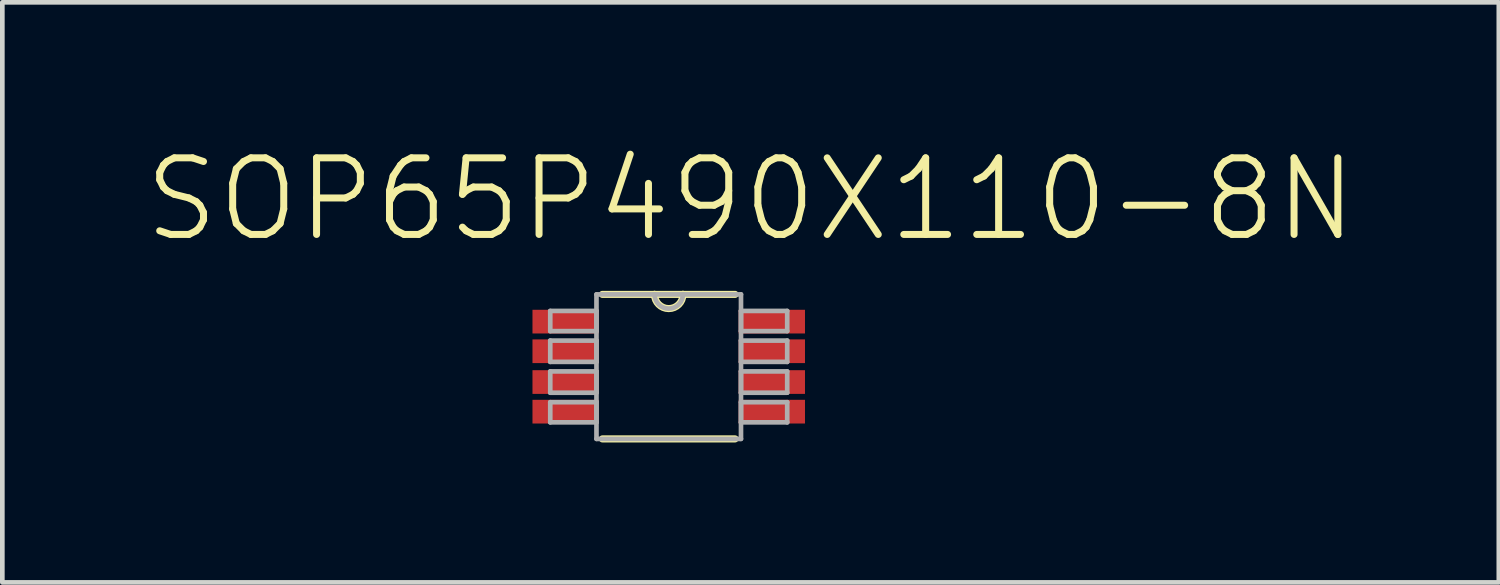
<source format=kicad_pcb>
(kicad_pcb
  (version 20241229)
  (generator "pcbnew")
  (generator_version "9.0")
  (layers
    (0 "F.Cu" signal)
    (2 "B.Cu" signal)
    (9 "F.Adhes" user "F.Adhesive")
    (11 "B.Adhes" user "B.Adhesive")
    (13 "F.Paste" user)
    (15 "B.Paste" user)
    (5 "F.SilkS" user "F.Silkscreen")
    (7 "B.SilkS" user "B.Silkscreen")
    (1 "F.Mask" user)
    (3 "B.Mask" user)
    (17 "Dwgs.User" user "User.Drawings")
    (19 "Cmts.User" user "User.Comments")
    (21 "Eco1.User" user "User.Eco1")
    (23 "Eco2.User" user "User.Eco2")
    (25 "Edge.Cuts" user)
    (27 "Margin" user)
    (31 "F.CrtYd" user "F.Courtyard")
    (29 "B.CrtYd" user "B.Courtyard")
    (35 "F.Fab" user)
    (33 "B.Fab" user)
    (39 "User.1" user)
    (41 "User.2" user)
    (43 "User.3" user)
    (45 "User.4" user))
  (footprint "SOP65P490X110-8N"
    (layer "F.Cu")
    (at 11.286 4.81)
    (property "Reference" "SOP65P490X110-8N" (at 1.755 -3.586 0) (layer "F.SilkS") (effects (font (size 1.642 1.642) (thickness 0.15))))
    (attr smd)
    (fp_line (start -1.422 1.549) (end 1.422 1.549) (stroke (width 0.152) (type solid)) (layer "F.SilkS"))
    (fp_line (start -0.305 -1.549) (end -1.422 -1.549) (stroke (width 0.152) (type solid)) (layer "F.SilkS"))
    (fp_line (start 0.305 -1.549) (end -0.305 -1.549) (stroke (width 0.152) (type solid)) (layer "F.SilkS"))
    (fp_line (start 1.422 -1.549) (end 0.305 -1.549) (stroke (width 0.152) (type solid)) (layer "F.SilkS"))
    (fp_arc (start 0.3048 -1.5494) (mid 0 -1.2446) (end -0.3048 -1.5494) (stroke (width 0.1524) (type solid)) (layer "F.SilkS"))
    (fp_line (start -2.54 -1.194) (end -2.54 -0.762) (stroke (width 0.1) (type solid)) (layer "F.Fab"))
    (fp_line (start -2.54 -0.762) (end -1.549 -0.762) (stroke (width 0.1) (type solid)) (layer "F.Fab"))
    (fp_line (start -2.54 -0.559) (end -2.54 -0.102) (stroke (width 0.1) (type solid)) (layer "F.Fab"))
    (fp_line (start -2.54 -0.102) (end -1.549 -0.102) (stroke (width 0.1) (type solid)) (layer "F.Fab"))
    (fp_line (start -2.54 0.102) (end -2.54 0.559) (stroke (width 0.1) (type solid)) (layer "F.Fab"))
    (fp_line (start -2.54 0.559) (end -1.549 0.559) (stroke (width 0.1) (type solid)) (layer "F.Fab"))
    (fp_line (start -2.54 0.762) (end -2.54 1.194) (stroke (width 0.1) (type solid)) (layer "F.Fab"))
    (fp_line (start -2.54 1.194) (end -1.549 1.194) (stroke (width 0.1) (type solid)) (layer "F.Fab"))
    (fp_line (start -1.549 -1.549) (end -1.549 1.549) (stroke (width 0.1) (type solid)) (layer "F.Fab"))
    (fp_line (start -1.549 -1.194) (end -2.54 -1.194) (stroke (width 0.1) (type solid)) (layer "F.Fab"))
    (fp_line (start -1.549 -0.762) (end -1.549 -1.194) (stroke (width 0.1) (type solid)) (layer "F.Fab"))
    (fp_line (start -1.549 -0.559) (end -2.54 -0.559) (stroke (width 0.1) (type solid)) (layer "F.Fab"))
    (fp_line (start -1.549 -0.102) (end -1.549 -0.559) (stroke (width 0.1) (type solid)) (layer "F.Fab"))
    (fp_line (start -1.549 0.102) (end -2.54 0.102) (stroke (width 0.1) (type solid)) (layer "F.Fab"))
    (fp_line (start -1.549 0.559) (end -1.549 0.102) (stroke (width 0.1) (type solid)) (layer "F.Fab"))
    (fp_line (start -1.549 0.762) (end -2.54 0.762) (stroke (width 0.1) (type solid)) (layer "F.Fab"))
    (fp_line (start -1.549 1.194) (end -1.549 0.762) (stroke (width 0.1) (type solid)) (layer "F.Fab"))
    (fp_line (start -1.549 1.549) (end 1.549 1.549) (stroke (width 0.1) (type solid)) (layer "F.Fab"))
    (fp_line (start -0.305 -1.549) (end -1.549 -1.549) (stroke (width 0.1) (type solid)) (layer "F.Fab"))
    (fp_line (start 0.305 -1.549) (end -0.305 -1.549) (stroke (width 0.1) (type solid)) (layer "F.Fab"))
    (fp_line (start 1.549 -1.549) (end 0.305 -1.549) (stroke (width 0.1) (type solid)) (layer "F.Fab"))
    (fp_line (start 1.549 -1.194) (end 1.549 -0.762) (stroke (width 0.1) (type solid)) (layer "F.Fab"))
    (fp_line (start 1.549 -0.762) (end 2.54 -0.762) (stroke (width 0.1) (type solid)) (layer "F.Fab"))
    (fp_line (start 1.549 -0.559) (end 1.549 -0.102) (stroke (width 0.1) (type solid)) (layer "F.Fab"))
    (fp_line (start 1.549 -0.102) (end 2.54 -0.102) (stroke (width 0.1) (type solid)) (layer "F.Fab"))
    (fp_line (start 1.549 0.102) (end 1.549 0.559) (stroke (width 0.1) (type solid)) (layer "F.Fab"))
    (fp_line (start 1.549 0.559) (end 2.54 0.559) (stroke (width 0.1) (type solid)) (layer "F.Fab"))
    (fp_line (start 1.549 0.762) (end 1.549 1.194) (stroke (width 0.1) (type solid)) (layer "F.Fab"))
    (fp_line (start 1.549 1.194) (end 2.54 1.194) (stroke (width 0.1) (type solid)) (layer "F.Fab"))
    (fp_line (start 1.549 1.549) (end 1.549 -1.549) (stroke (width 0.1) (type solid)) (layer "F.Fab"))
    (fp_line (start 2.54 -1.194) (end 1.549 -1.194) (stroke (width 0.1) (type solid)) (layer "F.Fab"))
    (fp_line (start 2.54 -0.762) (end 2.54 -1.194) (stroke (width 0.1) (type solid)) (layer "F.Fab"))
    (fp_line (start 2.54 -0.559) (end 1.549 -0.559) (stroke (width 0.1) (type solid)) (layer "F.Fab"))
    (fp_line (start 2.54 -0.102) (end 2.54 -0.559) (stroke (width 0.1) (type solid)) (layer "F.Fab"))
    (fp_line (start 2.54 0.102) (end 1.549 0.102) (stroke (width 0.1) (type solid)) (layer "F.Fab"))
    (fp_line (start 2.54 0.559) (end 2.54 0.102) (stroke (width 0.1) (type solid)) (layer "F.Fab"))
    (fp_line (start 2.54 0.762) (end 1.549 0.762) (stroke (width 0.1) (type solid)) (layer "F.Fab"))
    (fp_line (start 2.54 1.194) (end 2.54 0.762) (stroke (width 0.1) (type solid)) (layer "F.Fab"))
    (fp_arc (start 0.3048 -1.5494) (mid 0 -1.2446) (end -0.3048 -1.5494) (stroke (width 0.1) (type solid)) (layer "F.Fab"))
    (pad "1" smd rect (at -2.21 -0.965) (size 1.422 0.508) (layers "F.Cu" "F.Mask" "F.Paste"))
    (pad "2" smd rect (at -2.21 -0.33) (size 1.422 0.508) (layers "F.Cu" "F.Mask" "F.Paste"))
    (pad "3" smd rect (at -2.21 0.33) (size 1.422 0.508) (layers "F.Cu" "F.Mask" "F.Paste"))
    (pad "4" smd rect (at -2.21 0.965) (size 1.422 0.508) (layers "F.Cu" "F.Mask" "F.Paste"))
    (pad "5" smd rect (at 2.21 0.965) (size 1.422 0.508) (layers "F.Cu" "F.Mask" "F.Paste"))
    (pad "6" smd rect (at 2.21 0.33) (size 1.422 0.508) (layers "F.Cu" "F.Mask" "F.Paste"))
    (pad "7" smd rect (at 2.21 -0.33) (size 1.422 0.508) (layers "F.Cu" "F.Mask" "F.Paste"))
    (pad "8" smd rect (at 2.21 -0.965) (size 1.422 0.508) (layers "F.Cu" "F.Mask" "F.Paste")))
  (gr_rect
    (start -3 -3)
    (end 29.081 9.435)
    (stroke (width 0.1) (type default))
    (fill no)
    (layer "Edge.Cuts")))
</source>
